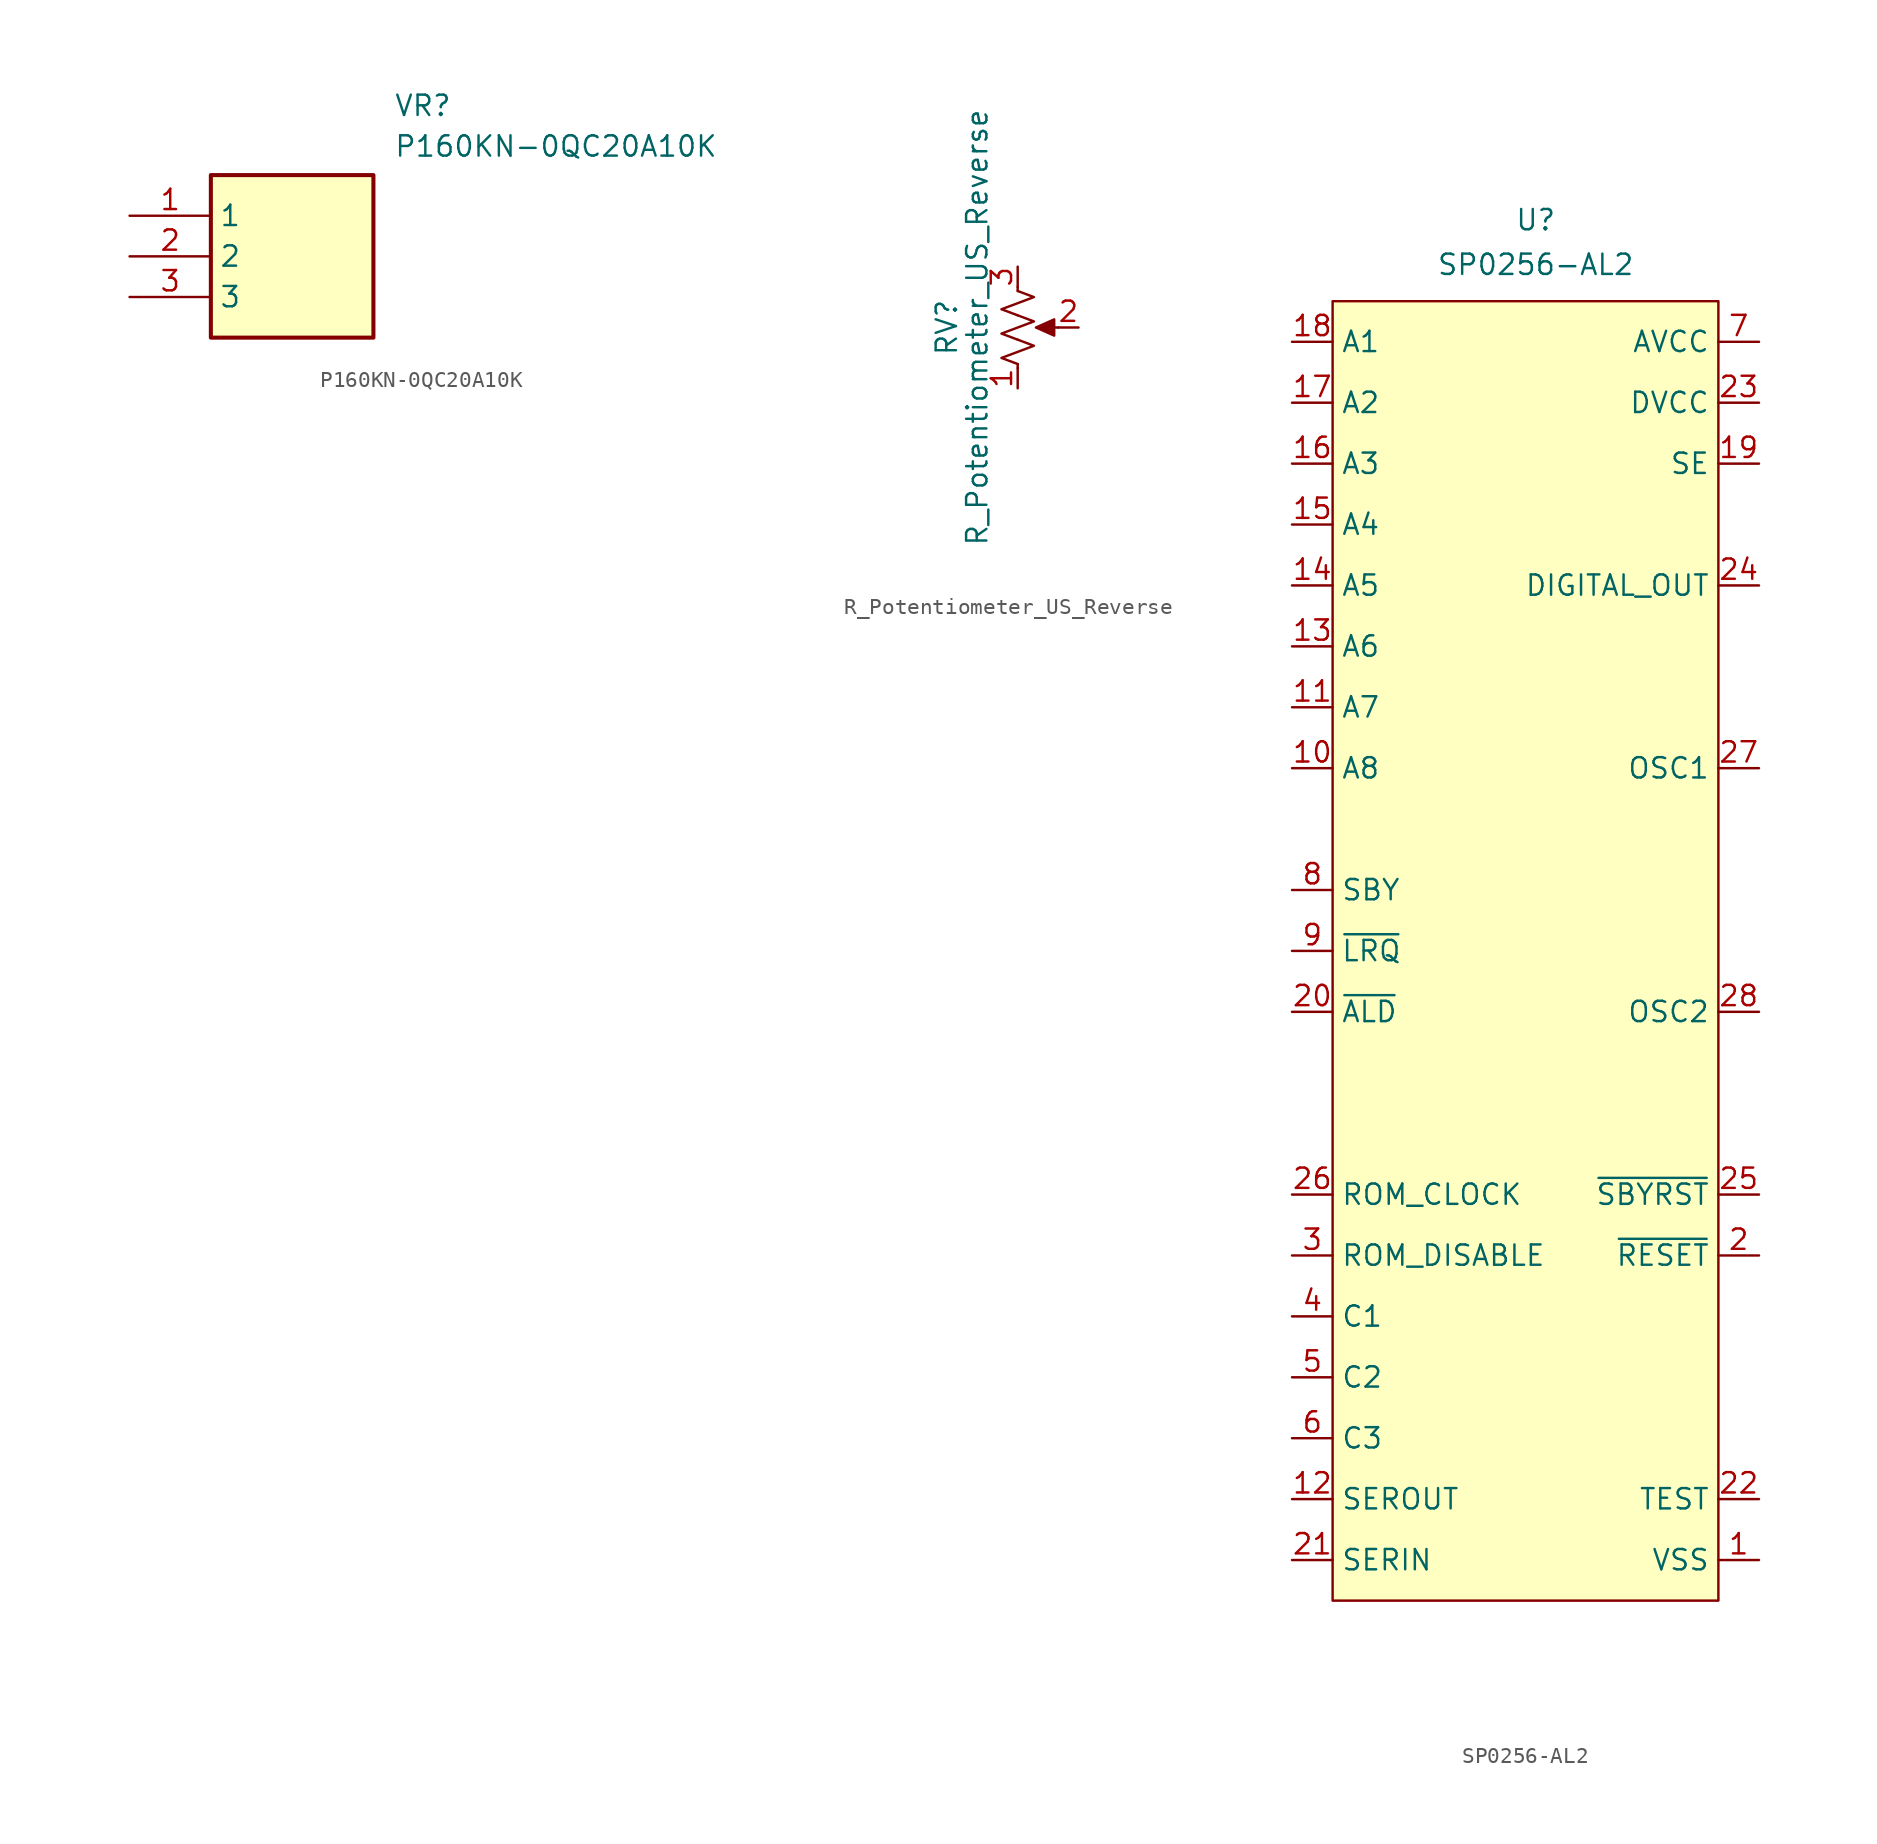
<source format=kicad_sym>
(kicad_symbol_lib
  (version 20241209)
  (generator "kicad_symbol_editor")
  (generator_version "9.0")
  (symbol "P160KN-0QC20A10K"
    (property "Reference" "VR"
      (at 16.51 7.62 0)
      (effects (font (size 1.27 1.27)) (justify left top)))
    (property "Value" "P160KN-0QC20A10K"
      (at 16.51 5.08 0)
      (effects (font (size 1.27 1.27)) (justify left top)))
    (symbol "P160KN-0QC20A10K_1_1"
      (rectangle (start 5.08 2.54) (end 15.24 -7.62) (stroke (width 0.254) (type default)) (fill (type background)))
      (pin passive line (at 0 0 0) (length 5.08) (name "1" (effects (font (size 1.27 1.27)))) (number "1" (effects (font (size 1.27 1.27)))))
      (pin passive line (at 0 -2.54 0) (length 5.08) (name "2" (effects (font (size 1.27 1.27)))) (number "2" (effects (font (size 1.27 1.27)))))
      (pin passive line (at 0 -5.08 0) (length 5.08) (name "3" (effects (font (size 1.27 1.27)))) (number "3" (effects (font (size 1.27 1.27)))))))
  (symbol "R_Potentiometer_US_Reverse"
    (pin_names
      (offset 1.016)
      (hide yes))
    (property "Reference" "RV"
      (at -4.445 0 90)
      (effects (font (size 1.27 1.27))))
    (property "Value" "R_Potentiometer_US_Reverse"
      (at -2.54 0 90)
      (effects (font (size 1.27 1.27))))
    (symbol "R_Potentiometer_US_Reverse_0_1"
      (polyline (pts (xy 0 2.54) (xy 0 2.286)) (stroke (width 0) (type default)) (fill (type none)))
      (polyline (pts (xy 0 2.286) (xy 1.016 1.905) (xy 0 1.524) (xy -1.016 1.143) (xy 0 0.762)) (stroke (width 0) (type default)) (fill (type none)))
      (polyline (pts (xy 0 0.762) (xy 1.016 0.381) (xy 0 0) (xy -1.016 -0.381) (xy 0 -0.762)) (stroke (width 0) (type default)) (fill (type none)))
      (polyline (pts (xy 0 -0.762) (xy 1.016 -1.143) (xy 0 -1.524) (xy -1.016 -1.905) (xy 0 -2.286)) (stroke (width 0) (type default)) (fill (type none)))
      (polyline (pts (xy 0 -2.286) (xy 0 -2.54)) (stroke (width 0) (type default)) (fill (type none)))
      (polyline (pts (xy 1.143 0) (xy 2.286 0.508) (xy 2.286 -0.508) (xy 1.143 0)) (stroke (width 0) (type default)) (fill (type outline)))
      (polyline (pts (xy 2.54 0) (xy 1.524 0)) (stroke (width 0) (type default)) (fill (type none))))
    (symbol "R_Potentiometer_US_Reverse_1_1"
      (pin passive line (at 0 3.81 270) (length 1.27) (name "1" (effects (font (size 1.27 1.27)))) (number "3" (effects (font (size 1.27 1.27)))))
      (pin passive line (at 0 -3.81 90) (length 1.27) (name "1" (effects (font (size 1.27 1.27)))) (number "1" (effects (font (size 1.27 1.27)))))
      (pin passive line (at 3.81 0 180) (length 1.27) (name "2" (effects (font (size 1.27 1.27)))) (number "2" (effects (font (size 1.27 1.27)))))))
  (symbol "SP0256-AL2"
    (property "Reference" "U"
      (at 0 43.18 0)
      (effects (font (size 1.27 1.27))))
    (property "Value" "SP0256-AL2"
      (at 0 40.386 0)
      (effects (font (size 1.27 1.27))))
    (symbol "SP0256-AL2_0_1"
      (rectangle (start -12.7 38.1) (end 11.43 -43.18) (stroke (width 0) (type default)) (fill (type background))))
    (symbol "SP0256-AL2_1_1"
      (pin input line (at -15.24 35.56 0) (length 2.54) (name "A1" (effects (font (size 1.27 1.27)))) (number "18" (effects (font (size 1.27 1.27)))))
      (pin input line (at -15.24 31.75 0) (length 2.54) (name "A2" (effects (font (size 1.27 1.27)))) (number "17" (effects (font (size 1.27 1.27)))))
      (pin input line (at -15.24 27.94 0) (length 2.54) (name "A3" (effects (font (size 1.27 1.27)))) (number "16" (effects (font (size 1.27 1.27)))))
      (pin input line (at -15.24 24.13 0) (length 2.54) (name "A4" (effects (font (size 1.27 1.27)))) (number "15" (effects (font (size 1.27 1.27)))))
      (pin input line (at -15.24 20.32 0) (length 2.54) (name "A5" (effects (font (size 1.27 1.27)))) (number "14" (effects (font (size 1.27 1.27)))))
      (pin input line (at -15.24 16.51 0) (length 2.54) (name "A6" (effects (font (size 1.27 1.27)))) (number "13" (effects (font (size 1.27 1.27)))))
      (pin input line (at -15.24 12.7 0) (length 2.54) (name "A7" (effects (font (size 1.27 1.27)))) (number "11" (effects (font (size 1.27 1.27)))))
      (pin input line (at -15.24 8.89 0) (length 2.54) (name "A8" (effects (font (size 1.27 1.27)))) (number "10" (effects (font (size 1.27 1.27)))))
      (pin output line (at -15.24 1.27 0) (length 2.54) (name "SBY" (effects (font (size 1.27 1.27)))) (number "8" (effects (font (size 1.27 1.27)))))
      (pin output line (at -15.24 -2.54 0) (length 2.54) (name "~{LRQ}" (effects (font (size 1.27 1.27)))) (number "9" (effects (font (size 1.27 1.27)))))
      (pin input line (at -15.24 -6.35 0) (length 2.54) (name "~{ALD}" (effects (font (size 1.27 1.27)))) (number "20" (effects (font (size 1.27 1.27)))))
      (pin output line (at -15.24 -17.78 0) (length 2.54) (name "ROM_CLOCK" (effects (font (size 1.27 1.27)))) (number "26" (effects (font (size 1.27 1.27)))))
      (pin output line (at -15.24 -21.59 0) (length 2.54) (name "ROM_DISABLE" (effects (font (size 1.27 1.27)))) (number "3" (effects (font (size 1.27 1.27)))))
      (pin output line (at -15.24 -25.4 0) (length 2.54) (name "C1" (effects (font (size 1.27 1.27)))) (number "4" (effects (font (size 1.27 1.27)))))
      (pin output line (at -15.24 -29.21 0) (length 2.54) (name "C2" (effects (font (size 1.27 1.27)))) (number "5" (effects (font (size 1.27 1.27)))))
      (pin output line (at -15.24 -33.02 0) (length 2.54) (name "C3" (effects (font (size 1.27 1.27)))) (number "6" (effects (font (size 1.27 1.27)))))
      (pin output line (at -15.24 -36.83 0) (length 2.54) (name "SEROUT" (effects (font (size 1.27 1.27)))) (number "12" (effects (font (size 1.27 1.27)))))
      (pin input line (at -15.24 -40.64 0) (length 2.54) (name "SERIN" (effects (font (size 1.27 1.27)))) (number "21" (effects (font (size 1.27 1.27)))))
      (pin power_in line (at 13.97 35.56 180) (length 2.54) (name "AVCC" (effects (font (size 1.27 1.27)))) (number "7" (effects (font (size 1.27 1.27)))))
      (pin power_in line (at 13.97 31.75 180) (length 2.54) (name "DVCC" (effects (font (size 1.27 1.27)))) (number "23" (effects (font (size 1.27 1.27)))))
      (pin input line (at 13.97 27.94 180) (length 2.54) (name "SE" (effects (font (size 1.27 1.27)))) (number "19" (effects (font (size 1.27 1.27)))))
      (pin output line (at 13.97 20.32 180) (length 2.54) (name "DIGITAL_OUT" (effects (font (size 1.27 1.27)))) (number "24" (effects (font (size 1.27 1.27)))))
      (pin input line (at 13.97 8.89 180) (length 2.54) (name "OSC1" (effects (font (size 1.27 1.27)))) (number "27" (effects (font (size 1.27 1.27)))))
      (pin output line (at 13.97 -6.35 180) (length 2.54) (name "OSC2" (effects (font (size 1.27 1.27)))) (number "28" (effects (font (size 1.27 1.27)))))
      (pin input line (at 13.97 -17.78 180) (length 2.54) (name "~{SBYRST}" (effects (font (size 1.27 1.27)))) (number "25" (effects (font (size 1.27 1.27)))))
      (pin input line (at 13.97 -21.59 180) (length 2.54) (name "~{RESET}" (effects (font (size 1.27 1.27)))) (number "2" (effects (font (size 1.27 1.27)))))
      (pin input line (at 13.97 -36.83 180) (length 2.54) (name "TEST" (effects (font (size 1.27 1.27)))) (number "22" (effects (font (size 1.27 1.27)))))
      (pin input line (at 13.97 -40.64 180) (length 2.54) (name "VSS" (effects (font (size 1.27 1.27)))) (number "1" (effects (font (size 1.27 1.27))))))))
</source>
